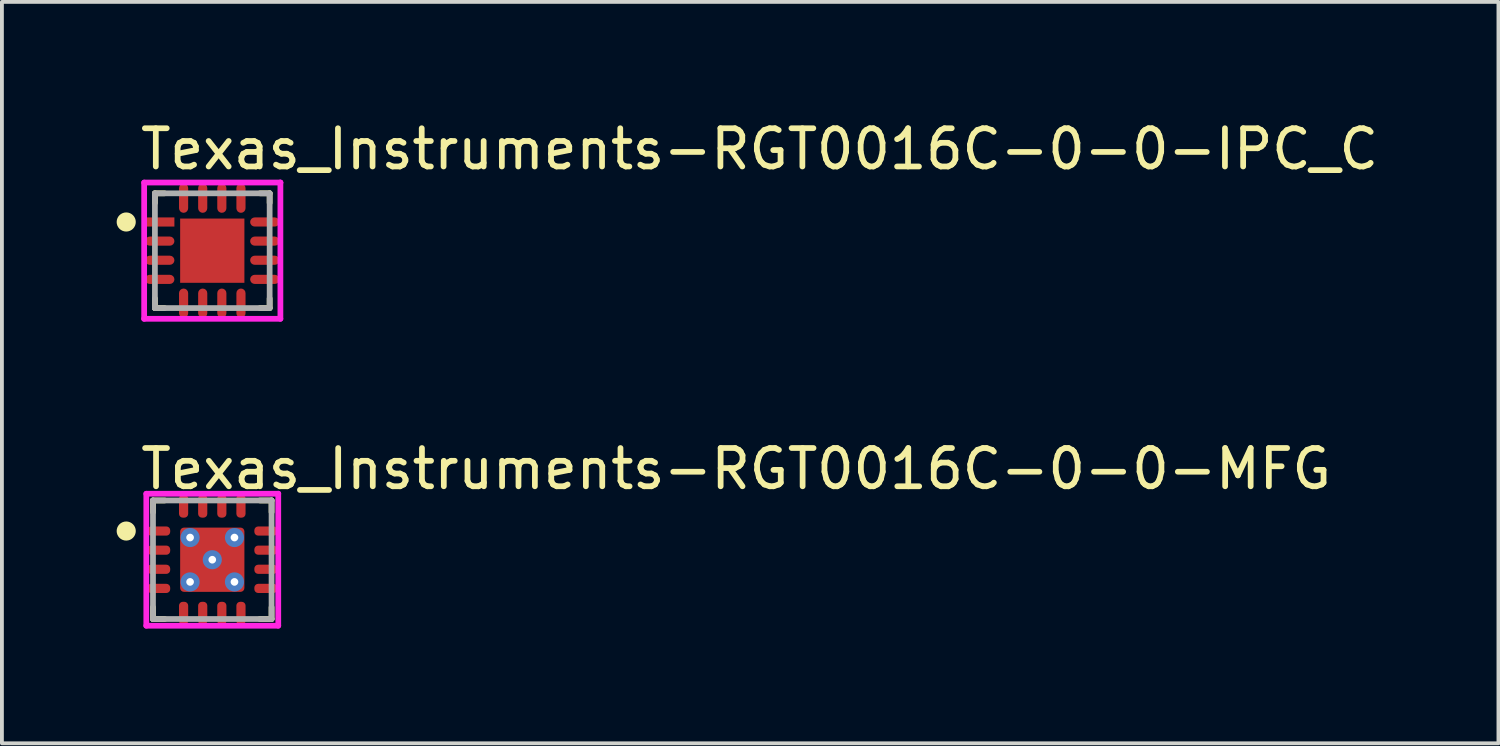
<source format=kicad_pcb>
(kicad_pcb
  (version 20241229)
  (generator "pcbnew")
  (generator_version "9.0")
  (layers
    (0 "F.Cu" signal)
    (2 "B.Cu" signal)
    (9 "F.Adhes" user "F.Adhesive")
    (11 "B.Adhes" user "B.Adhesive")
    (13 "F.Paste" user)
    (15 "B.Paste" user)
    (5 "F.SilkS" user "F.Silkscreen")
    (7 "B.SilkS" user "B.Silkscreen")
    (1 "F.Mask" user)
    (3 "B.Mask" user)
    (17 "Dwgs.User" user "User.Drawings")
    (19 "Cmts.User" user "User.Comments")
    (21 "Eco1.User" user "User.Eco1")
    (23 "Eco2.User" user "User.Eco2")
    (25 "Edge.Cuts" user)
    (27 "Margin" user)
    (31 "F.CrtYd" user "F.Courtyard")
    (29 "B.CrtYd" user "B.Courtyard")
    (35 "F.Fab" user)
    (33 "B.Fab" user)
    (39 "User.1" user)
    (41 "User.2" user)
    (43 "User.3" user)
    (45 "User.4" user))
  (footprint "Texas_Instruments-RGT0016C-0-0-MFG"
    (layer "F.Cu")
    (at 2.5 11.584)
    (property "Reference" "Texas_Instruments-RGT0016C-0-0-MFG" (at -1.95 -2.375 0) (layer "F.SilkS") (effects (font (size 1 1) (thickness 0.15)) (justify left)))
    (attr through_hole)
    (fp_line (start -1.55 -1.55) (end -1.245 -1.55) (stroke (width 0.15) (type solid)) (layer "F.SilkS"))
    (fp_line (start -1.55 -1.245) (end -1.55 -1.55) (stroke (width 0.15) (type solid)) (layer "F.SilkS"))
    (fp_line (start -1.55 1.55) (end -1.55 1.245) (stroke (width 0.15) (type solid)) (layer "F.SilkS"))
    (fp_line (start -1.55 1.55) (end -1.245 1.55) (stroke (width 0.15) (type solid)) (layer "F.SilkS"))
    (fp_line (start 1.245 -1.55) (end 1.55 -1.55) (stroke (width 0.15) (type solid)) (layer "F.SilkS"))
    (fp_line (start 1.245 1.55) (end 1.55 1.55) (stroke (width 0.15) (type solid)) (layer "F.SilkS"))
    (fp_line (start 1.55 -1.245) (end 1.55 -1.55) (stroke (width 0.15) (type solid)) (layer "F.SilkS"))
    (fp_line (start 1.55 1.55) (end 1.55 1.245) (stroke (width 0.15) (type solid)) (layer "F.SilkS"))
    (fp_circle (center -2.25 -0.75) (end -2.125 -0.75) (stroke (width 0.25) (type solid)) (fill no) (layer "F.SilkS"))
    (fp_poly (pts (xy 0.775 -0.725) (xy 0.775 -0.729) (xy 0.774 -0.733) (xy 0.774 -0.737) (xy 0.773 -0.74) (xy 0.771 -0.744) (xy 0.77 -0.748) (xy 0.768 -0.751) (xy 0.765 -0.754) (xy 0.763 -0.757) (xy 0.76 -0.76) (xy 0.757 -0.763) (xy 0.754 -0.765) (xy 0.751 -0.768) (xy 0.748 -0.77) (xy 0.744 -0.771) (xy 0.74 -0.773) (xy 0.737 -0.774) (xy 0.733 -0.774) (xy 0.729 -0.775) (xy 0.725 -0.775) (xy -0.725 -0.775) (xy -0.729 -0.775) (xy -0.733 -0.774) (xy -0.737 -0.774) (xy -0.74 -0.773) (xy -0.744 -0.771) (xy -0.748 -0.77) (xy -0.751 -0.768) (xy -0.754 -0.765) (xy -0.757 -0.763) (xy -0.76 -0.76) (xy -0.763 -0.757) (xy -0.765 -0.754) (xy -0.768 -0.751) (xy -0.77 -0.748) (xy -0.771 -0.744) (xy -0.773 -0.74) (xy -0.774 -0.737) (xy -0.774 -0.733) (xy -0.775 -0.729) (xy -0.775 -0.725) (xy -0.775 0.725) (xy -0.775 0.729) (xy -0.774 0.733) (xy -0.774 0.737) (xy -0.773 0.74) (xy -0.771 0.744) (xy -0.77 0.748) (xy -0.768 0.751) (xy -0.765 0.754) (xy -0.763 0.757) (xy -0.76 0.76) (xy -0.757 0.763) (xy -0.754 0.765) (xy -0.751 0.768) (xy -0.748 0.77) (xy -0.744 0.771) (xy -0.74 0.773) (xy -0.737 0.774) (xy -0.733 0.774) (xy -0.729 0.775) (xy -0.725 0.775) (xy 0.725 0.775) (xy 0.729 0.775) (xy 0.733 0.774) (xy 0.737 0.774) (xy 0.74 0.773) (xy 0.744 0.771) (xy 0.748 0.77) (xy 0.751 0.768) (xy 0.754 0.765) (xy 0.757 0.763) (xy 0.76 0.76) (xy 0.763 0.757) (xy 0.765 0.754) (xy 0.768 0.751) (xy 0.77 0.748) (xy 0.771 0.744) (xy 0.773 0.74) (xy 0.774 0.737) (xy 0.774 0.733) (xy 0.775 0.729) (xy 0.775 0.725) (xy 0.775 -0.725)) (stroke (width 0) (type solid)) (fill yes) (layer "F.Paste"))
    (fp_line (start -1.725 -1.725) (end -1.725 1.725) (stroke (width 0.15) (type solid)) (layer "F.CrtYd"))
    (fp_line (start -1.725 1.725) (end 1.725 1.725) (stroke (width 0.15) (type solid)) (layer "F.CrtYd"))
    (fp_line (start 1.725 -1.725) (end -1.725 -1.725) (stroke (width 0.15) (type solid)) (layer "F.CrtYd"))
    (fp_line (start 1.725 -1.725) (end 1.725 -1.725) (stroke (width 0.15) (type solid)) (layer "F.CrtYd"))
    (fp_line (start 1.725 1.725) (end 1.725 -1.725) (stroke (width 0.15) (type solid)) (layer "F.CrtYd"))
    (fp_line (start -1.55 -1.55) (end 1.55 -1.55) (stroke (width 0.15) (type solid)) (layer "F.Fab"))
    (fp_line (start -1.55 1.55) (end -1.55 -1.55) (stroke (width 0.15) (type solid)) (layer "F.Fab"))
    (fp_line (start 1.55 -1.55) (end 1.55 1.55) (stroke (width 0.15) (type solid)) (layer "F.Fab"))
    (fp_line (start 1.55 1.55) (end -1.55 1.55) (stroke (width 0.15) (type solid)) (layer "F.Fab"))
    (pad "1" smd roundrect (at -1.4 -0.75) (size 0.6 0.24) (layers "F.Cu" "F.Mask" "F.Paste") (roundrect_rratio 0.417))
    (pad "2" smd roundrect (at -1.4 -0.25) (size 0.6 0.24) (layers "F.Cu" "F.Mask" "F.Paste") (roundrect_rratio 0.417))
    (pad "3" smd roundrect (at -1.4 0.25) (size 0.6 0.24) (layers "F.Cu" "F.Mask" "F.Paste") (roundrect_rratio 0.417))
    (pad "4" smd roundrect (at -1.4 0.75) (size 0.6 0.24) (layers "F.Cu" "F.Mask" "F.Paste") (roundrect_rratio 0.417))
    (pad "5" smd roundrect (at -0.75 1.4) (size 0.24 0.6) (layers "F.Cu" "F.Mask" "F.Paste") (roundrect_rratio 0.417))
    (pad "6" smd roundrect (at -0.25 1.4) (size 0.24 0.6) (layers "F.Cu" "F.Mask" "F.Paste") (roundrect_rratio 0.417))
    (pad "7" smd roundrect (at 0.25 1.4) (size 0.24 0.6) (layers "F.Cu" "F.Mask" "F.Paste") (roundrect_rratio 0.417))
    (pad "8" smd roundrect (at 0.75 1.4) (size 0.24 0.6) (layers "F.Cu" "F.Mask" "F.Paste") (roundrect_rratio 0.417))
    (pad "9" smd roundrect (at 1.4 0.75) (size 0.6 0.24) (layers "F.Cu" "F.Mask" "F.Paste") (roundrect_rratio 0.417))
    (pad "10" smd roundrect (at 1.4 0.25) (size 0.6 0.24) (layers "F.Cu" "F.Mask" "F.Paste") (roundrect_rratio 0.417))
    (pad "11" smd roundrect (at 1.4 -0.25) (size 0.6 0.24) (layers "F.Cu" "F.Mask" "F.Paste") (roundrect_rratio 0.417))
    (pad "12" smd roundrect (at 1.4 -0.75) (size 0.6 0.24) (layers "F.Cu" "F.Mask" "F.Paste") (roundrect_rratio 0.417))
    (pad "13" smd roundrect (at 0.75 -1.4) (size 0.24 0.6) (layers "F.Cu" "F.Mask" "F.Paste") (roundrect_rratio 0.417))
    (pad "14" smd roundrect (at 0.25 -1.4) (size 0.24 0.6) (layers "F.Cu" "F.Mask" "F.Paste") (roundrect_rratio 0.417))
    (pad "15" smd roundrect (at -0.25 -1.4) (size 0.24 0.6) (layers "F.Cu" "F.Mask" "F.Paste") (roundrect_rratio 0.417))
    (pad "16" smd roundrect (at -0.75 -1.4) (size 0.24 0.6) (layers "F.Cu" "F.Mask" "F.Paste") (roundrect_rratio 0.417))
    (pad "17" smd roundrect (at 0 0) (size 1.68 1.68) (layers "F.Cu" "F.Mask") (roundrect_rratio 0.06))
    (pad "~" thru_hole circle (at -0.58 -0.58) (size 0.5 0.5) (drill 0.2) (layers "*.Cu"))
    (pad "~" thru_hole circle (at -0.58 0.58) (size 0.5 0.5) (drill 0.2) (layers "*.Cu"))
    (pad "~" thru_hole circle (at 0 0) (size 0.5 0.5) (drill 0.2) (layers "*.Cu"))
    (pad "~" thru_hole circle (at 0.58 -0.58) (size 0.5 0.5) (drill 0.2) (layers "*.Cu"))
    (pad "~" thru_hole circle (at 0.58 0.58) (size 0.5 0.5) (drill 0.2) (layers "*.Cu")))
  (footprint "Texas_Instruments-RGT0016C-0-0-IPC_C"
    (layer "F.Cu")
    (at 2.5 3.504)
    (property "Reference" "Texas_Instruments-RGT0016C-0-0-IPC_C" (at -1.956 -2.656 0) (layer "F.SilkS") (effects (font (size 1 1) (thickness 0.15)) (justify left)))
    (attr through_hole)
    (fp_line (start -1.5 -1.5) (end -1.5 -1.25) (stroke (width 0.15) (type solid)) (layer "F.SilkS"))
    (fp_line (start -1.5 1.5) (end -1.5 1.25) (stroke (width 0.15) (type solid)) (layer "F.SilkS"))
    (fp_line (start -1.25 -1.5) (end -1.5 -1.5) (stroke (width 0.15) (type solid)) (layer "F.SilkS"))
    (fp_line (start -1.25 1.5) (end -1.5 1.5) (stroke (width 0.15) (type solid)) (layer "F.SilkS"))
    (fp_line (start 1.25 -1.5) (end 1.5 -1.5) (stroke (width 0.15) (type solid)) (layer "F.SilkS"))
    (fp_line (start 1.25 1.5) (end 1.5 1.5) (stroke (width 0.15) (type solid)) (layer "F.SilkS"))
    (fp_line (start 1.5 -1.5) (end 1.5 -1.25) (stroke (width 0.15) (type solid)) (layer "F.SilkS"))
    (fp_line (start 1.5 1.5) (end 1.5 1.25) (stroke (width 0.15) (type solid)) (layer "F.SilkS"))
    (fp_circle (center -2.25 -0.75) (end -2.125 -0.75) (stroke (width 0.25) (type solid)) (fill no) (layer "F.SilkS"))
    (fp_poly (pts (xy -0.531 -0.531) (xy 0.531 -0.531) (xy 0.531 0.531) (xy -0.531 0.531)) (stroke (width 0) (type solid)) (fill yes) (layer "F.Paste"))
    (fp_line (start -1.781 -1.781) (end -1.781 1.781) (stroke (width 0.15) (type solid)) (layer "F.CrtYd"))
    (fp_line (start -1.781 1.781) (end 1.781 1.781) (stroke (width 0.15) (type solid)) (layer "F.CrtYd"))
    (fp_line (start 1.781 -1.781) (end -1.781 -1.781) (stroke (width 0.15) (type solid)) (layer "F.CrtYd"))
    (fp_line (start 1.781 -1.781) (end 1.781 -1.781) (stroke (width 0.15) (type solid)) (layer "F.CrtYd"))
    (fp_line (start 1.781 1.781) (end 1.781 -1.781) (stroke (width 0.15) (type solid)) (layer "F.CrtYd"))
    (fp_line (start -1.5 -1.5) (end 1.5 -1.5) (stroke (width 0.15) (type solid)) (layer "F.Fab"))
    (fp_line (start -1.5 1.5) (end -1.5 -1.5) (stroke (width 0.15) (type solid)) (layer "F.Fab"))
    (fp_line (start 1.5 -1.5) (end 1.5 1.5) (stroke (width 0.15) (type solid)) (layer "F.Fab"))
    (fp_line (start 1.5 1.5) (end -1.5 1.5) (stroke (width 0.15) (type solid)) (layer "F.Fab"))
    (pad "1" smd rect (at -1.373 -0.75) (size 0.766 0.239) (layers "F.Cu" "F.Mask" "F.Paste"))
    (pad "2" smd roundrect (at -1.373 -0.25) (size 0.766 0.239) (layers "F.Cu" "F.Mask" "F.Paste") (roundrect_rratio 0.5))
    (pad "3" smd roundrect (at -1.373 0.25) (size 0.766 0.239) (layers "F.Cu" "F.Mask" "F.Paste") (roundrect_rratio 0.5))
    (pad "4" smd roundrect (at -1.373 0.75) (size 0.766 0.239) (layers "F.Cu" "F.Mask" "F.Paste") (roundrect_rratio 0.5))
    (pad "5" smd roundrect (at -0.75 1.373) (size 0.239 0.766) (layers "F.Cu" "F.Mask" "F.Paste") (roundrect_rratio 0.5))
    (pad "6" smd roundrect (at -0.25 1.373) (size 0.239 0.766) (layers "F.Cu" "F.Mask" "F.Paste") (roundrect_rratio 0.5))
    (pad "7" smd roundrect (at 0.25 1.373) (size 0.239 0.766) (layers "F.Cu" "F.Mask" "F.Paste") (roundrect_rratio 0.5))
    (pad "8" smd roundrect (at 0.75 1.373) (size 0.239 0.766) (layers "F.Cu" "F.Mask" "F.Paste") (roundrect_rratio 0.5))
    (pad "9" smd roundrect (at 1.373 0.75) (size 0.766 0.239) (layers "F.Cu" "F.Mask" "F.Paste") (roundrect_rratio 0.5))
    (pad "10" smd roundrect (at 1.373 0.25) (size 0.766 0.239) (layers "F.Cu" "F.Mask" "F.Paste") (roundrect_rratio 0.5))
    (pad "11" smd roundrect (at 1.373 -0.25) (size 0.766 0.239) (layers "F.Cu" "F.Mask" "F.Paste") (roundrect_rratio 0.5))
    (pad "12" smd roundrect (at 1.373 -0.75) (size 0.766 0.239) (layers "F.Cu" "F.Mask" "F.Paste") (roundrect_rratio 0.5))
    (pad "13" smd roundrect (at 0.75 -1.373) (size 0.239 0.766) (layers "F.Cu" "F.Mask" "F.Paste") (roundrect_rratio 0.5))
    (pad "14" smd roundrect (at 0.25 -1.373) (size 0.239 0.766) (layers "F.Cu" "F.Mask" "F.Paste") (roundrect_rratio 0.5))
    (pad "15" smd roundrect (at -0.25 -1.373) (size 0.239 0.766) (layers "F.Cu" "F.Mask" "F.Paste") (roundrect_rratio 0.5))
    (pad "16" smd roundrect (at -0.75 -1.373) (size 0.239 0.766) (layers "F.Cu" "F.Mask" "F.Paste") (roundrect_rratio 0.5))
    (pad "17" smd rect (at 0 0) (size 1.68 1.68) (layers "F.Cu" "F.Mask")))
  (gr_rect
    (start -3 -3)
    (end 36.127 16.384)
    (stroke (width 0.1) (type default))
    (fill no)
    (layer "Edge.Cuts")))
</source>
